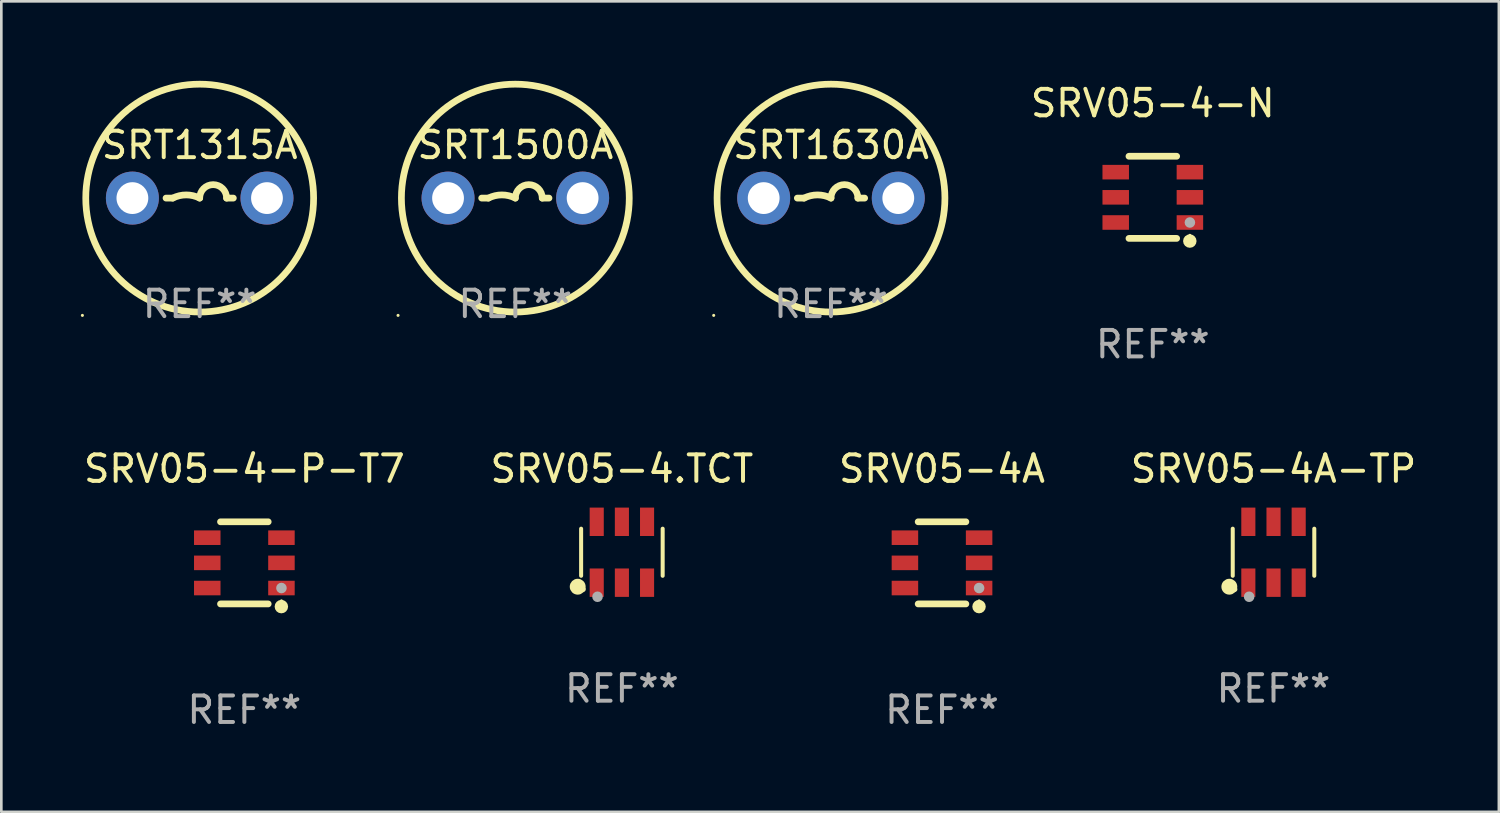
<source format=kicad_pcb>
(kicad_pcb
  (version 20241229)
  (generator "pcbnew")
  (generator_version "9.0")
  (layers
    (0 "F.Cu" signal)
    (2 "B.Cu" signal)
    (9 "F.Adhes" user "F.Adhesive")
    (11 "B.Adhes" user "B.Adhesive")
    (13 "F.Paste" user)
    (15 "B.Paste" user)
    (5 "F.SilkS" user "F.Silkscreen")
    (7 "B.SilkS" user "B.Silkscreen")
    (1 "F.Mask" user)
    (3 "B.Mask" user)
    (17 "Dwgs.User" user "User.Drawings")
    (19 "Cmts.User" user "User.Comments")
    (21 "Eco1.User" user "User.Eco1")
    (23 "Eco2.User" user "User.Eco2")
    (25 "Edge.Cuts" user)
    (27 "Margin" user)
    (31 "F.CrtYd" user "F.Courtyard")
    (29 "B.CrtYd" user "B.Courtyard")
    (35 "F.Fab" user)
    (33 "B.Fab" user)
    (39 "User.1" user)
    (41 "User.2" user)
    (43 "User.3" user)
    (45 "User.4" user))
  (footprint "SRT1630A"
    (layer "F.Cu")
    (at 28.315 4.427)
    (property "Reference" "SRT1630A" (at 0 -2 0) (layer "F.SilkS") (effects (font (size 1 1) (thickness 0.15))))
    (attr through_hole)
    (fp_line (start -1.016 0) (end -1.27 0) (stroke (width 0.254) (type solid)) (layer "F.SilkS"))
    (fp_line (start 1.016 0) (end 1.27 0) (stroke (width 0.254) (type solid)) (layer "F.SilkS"))
    (fp_arc (start -1.016002 0) (mid -0.508001 -0.119923) (end 0 0) (stroke (width 0.254001) (type solid)) (layer "F.SilkS"))
    (fp_arc (start 0 0) (mid 0.508001 -0.508001) (end 1.016002 0) (stroke (width 0.254001) (type solid)) (layer "F.SilkS"))
    (fp_circle (center -4.427 4.427) (end -4.397 4.427) (stroke (width 0.06) (type solid)) (fill no) (layer "F.SilkS"))
    (fp_circle (center 0 0) (end 4.3 0) (stroke (width 0.254) (type solid)) (fill no) (layer "F.SilkS"))
    (fp_text user "REF**" (at 0 4 0) (layer "F.Fab") (effects (font (size 1 1) (thickness 0.15))))
    (pad "1" thru_hole circle (at -2.54 0) (size 2 2) (drill 1.2) (layers "*.Cu" "*.Mask"))
    (pad "2" thru_hole circle (at 2.54 0) (size 2 2) (drill 1.2) (layers "*.Cu" "*.Mask")))
  (footprint "SRV05-4-N"
    (layer "F.Cu")
    (at 40.462 4.398)
    (property "Reference" "SRV05-4-N" (at 0 -3.55 0) (layer "F.SilkS") (effects (font (size 1 1) (thickness 0.15))))
    (attr through_hole)
    (fp_line (start -0.9 -1.55) (end 0.9 -1.55) (stroke (width 0.254) (type solid)) (layer "F.SilkS"))
    (fp_line (start -0.9 1.55) (end 0.9 1.55) (stroke (width 0.254) (type solid)) (layer "F.SilkS"))
    (fp_circle (center 1.397 1.651) (end 1.524 1.651) (stroke (width 0.254) (type solid)) (fill no) (layer "F.SilkS"))
    (fp_circle (center 1.4 1.435) (end 1.43 1.435) (stroke (width 0.06) (type solid)) (fill no) (layer "F.SilkS"))
    (fp_circle (center 1.4 0.95) (end 1.5 0.95) (stroke (width 0.2) (type solid)) (fill no) (layer "F.Fab"))
    (fp_text user "REF**" (at 0 5.55 0) (layer "F.Fab") (effects (font (size 1 1) (thickness 0.15))))
    (pad "1" smd rect (at 1.4 0.95) (size 1 0.55) (layers "F.Cu" "F.Mask" "F.Paste"))
    (pad "2" smd rect (at 1.4 -0.000102) (size 1 0.55) (layers "F.Cu" "F.Mask" "F.Paste"))
    (pad "3" smd rect (at 1.4 -0.95) (size 1 0.55) (layers "F.Cu" "F.Mask" "F.Paste"))
    (pad "4" smd rect (at -1.4 -0.95) (size 1 0.55) (layers "F.Cu" "F.Mask" "F.Paste"))
    (pad "5" smd rect (at -1.4 -0.000102) (size 1 0.55) (layers "F.Cu" "F.Mask" "F.Paste"))
    (pad "6" smd rect (at -1.4 0.95) (size 1 0.55) (layers "F.Cu" "F.Mask" "F.Paste")))
  (footprint "SRV05-4A-TP"
    (layer "F.Cu")
    (at 45.018 17.794)
    (property "Reference" "SRV05-4A-TP" (at 0 -3.149 0) (layer "F.SilkS") (effects (font (size 1 1) (thickness 0.15))))
    (attr through_hole)
    (fp_line (start -1.539 0.889) (end -1.539 -0.889) (stroke (width 0.152) (type solid)) (layer "F.SilkS"))
    (fp_line (start 1.539 0.889) (end 1.539 -0.889) (stroke (width 0.152) (type solid)) (layer "F.SilkS"))
    (fp_circle (center -1.668 1.301) (end -1.518 1.301) (stroke (width 0.3) (type solid)) (fill no) (layer "F.SilkS"))
    (fp_circle (center -1.463 1.4) (end -1.413 1.4) (stroke (width 0.1) (type solid)) (fill no) (layer "F.SilkS"))
    (fp_circle (center -0.92 1.68) (end -0.82 1.68) (stroke (width 0.2) (type solid)) (fill no) (layer "F.Fab"))
    (fp_text user "REF**" (at 0 5.149 0) (layer "F.Fab") (effects (font (size 1 1) (thickness 0.15))))
    (pad "1" smd rect (at -0.95 1.149) (size 0.532 1.072) (layers "F.Cu" "F.Mask" "F.Paste"))
    (pad "2" smd rect (at 0 1.149) (size 0.532 1.072) (layers "F.Cu" "F.Mask" "F.Paste"))
    (pad "3" smd rect (at 0.95 1.149) (size 0.532 1.072) (layers "F.Cu" "F.Mask" "F.Paste"))
    (pad "4" smd rect (at 0.95 -1.149) (size 0.532 1.072) (layers "F.Cu" "F.Mask" "F.Paste"))
    (pad "5" smd rect (at 0 -1.149) (size 0.532 1.072) (layers "F.Cu" "F.Mask" "F.Paste"))
    (pad "6" smd rect (at -0.95 -1.149) (size 0.532 1.072) (layers "F.Cu" "F.Mask" "F.Paste")))
  (footprint "SRT1315A"
    (layer "F.Cu")
    (at 4.487 4.427)
    (property "Reference" "SRT1315A" (at 0 -2 0) (layer "F.SilkS") (effects (font (size 1 1) (thickness 0.15))))
    (attr through_hole)
    (fp_line (start -1.016 0) (end -1.27 0) (stroke (width 0.254) (type solid)) (layer "F.SilkS"))
    (fp_line (start 1.016 0) (end 1.27 0) (stroke (width 0.254) (type solid)) (layer "F.SilkS"))
    (fp_arc (start -1.016002 0) (mid -0.508001 -0.119923) (end 0 0) (stroke (width 0.254001) (type solid)) (layer "F.SilkS"))
    (fp_arc (start 0 0) (mid 0.508001 -0.508001) (end 1.016002 0) (stroke (width 0.254001) (type solid)) (layer "F.SilkS"))
    (fp_circle (center -4.427 4.427) (end -4.397 4.427) (stroke (width 0.06) (type solid)) (fill no) (layer "F.SilkS"))
    (fp_circle (center 0 0) (end 4.3 0) (stroke (width 0.254) (type solid)) (fill no) (layer "F.SilkS"))
    (fp_text user "REF**" (at 0 4 0) (layer "F.Fab") (effects (font (size 1 1) (thickness 0.15))))
    (pad "1" thru_hole circle (at -2.54 0) (size 2 2) (drill 1.2) (layers "*.Cu" "*.Mask"))
    (pad "2" thru_hole circle (at 2.54 0) (size 2 2) (drill 1.2) (layers "*.Cu" "*.Mask")))
  (footprint "SRV05-4A"
    (layer "F.Cu")
    (at 32.506 18.195)
    (property "Reference" "SRV05-4A" (at 0 -3.55 0) (layer "F.SilkS") (effects (font (size 1 1) (thickness 0.15))))
    (attr through_hole)
    (fp_line (start -0.9 -1.55) (end 0.9 -1.55) (stroke (width 0.254) (type solid)) (layer "F.SilkS"))
    (fp_line (start -0.9 1.55) (end 0.9 1.55) (stroke (width 0.254) (type solid)) (layer "F.SilkS"))
    (fp_circle (center 1.397 1.651) (end 1.524 1.651) (stroke (width 0.254) (type solid)) (fill no) (layer "F.SilkS"))
    (fp_circle (center 1.4 1.435) (end 1.43 1.435) (stroke (width 0.06) (type solid)) (fill no) (layer "F.SilkS"))
    (fp_circle (center 1.4 0.95) (end 1.5 0.95) (stroke (width 0.2) (type solid)) (fill no) (layer "F.Fab"))
    (fp_text user "REF**" (at 0 5.55 0) (layer "F.Fab") (effects (font (size 1 1) (thickness 0.15))))
    (pad "1" smd rect (at 1.4 0.95) (size 1 0.55) (layers "F.Cu" "F.Mask" "F.Paste"))
    (pad "2" smd rect (at 1.4 -0.000102) (size 1 0.55) (layers "F.Cu" "F.Mask" "F.Paste"))
    (pad "3" smd rect (at 1.4 -0.95) (size 1 0.55) (layers "F.Cu" "F.Mask" "F.Paste"))
    (pad "4" smd rect (at -1.4 -0.95) (size 1 0.55) (layers "F.Cu" "F.Mask" "F.Paste"))
    (pad "5" smd rect (at -1.4 -0.000102) (size 1 0.55) (layers "F.Cu" "F.Mask" "F.Paste"))
    (pad "6" smd rect (at -1.4 0.95) (size 1 0.55) (layers "F.Cu" "F.Mask" "F.Paste")))
  (footprint "SRV05-4-P-T7"
    (layer "F.Cu")
    (at 6.173 18.195)
    (property "Reference" "SRV05-4-P-T7" (at 0 -3.55 0) (layer "F.SilkS") (effects (font (size 1 1) (thickness 0.15))))
    (attr through_hole)
    (fp_line (start -0.9 -1.55) (end 0.9 -1.55) (stroke (width 0.254) (type solid)) (layer "F.SilkS"))
    (fp_line (start -0.9 1.55) (end 0.9 1.55) (stroke (width 0.254) (type solid)) (layer "F.SilkS"))
    (fp_circle (center 1.397 1.651) (end 1.524 1.651) (stroke (width 0.254) (type solid)) (fill no) (layer "F.SilkS"))
    (fp_circle (center 1.4 1.435) (end 1.43 1.435) (stroke (width 0.06) (type solid)) (fill no) (layer "F.SilkS"))
    (fp_circle (center 1.4 0.95) (end 1.5 0.95) (stroke (width 0.2) (type solid)) (fill no) (layer "F.Fab"))
    (fp_text user "REF**" (at 0 5.55 0) (layer "F.Fab") (effects (font (size 1 1) (thickness 0.15))))
    (pad "1" smd rect (at 1.4 0.95) (size 1 0.55) (layers "F.Cu" "F.Mask" "F.Paste"))
    (pad "2" smd rect (at 1.4 -0.000102) (size 1 0.55) (layers "F.Cu" "F.Mask" "F.Paste"))
    (pad "3" smd rect (at 1.4 -0.95) (size 1 0.55) (layers "F.Cu" "F.Mask" "F.Paste"))
    (pad "4" smd rect (at -1.4 -0.95) (size 1 0.55) (layers "F.Cu" "F.Mask" "F.Paste"))
    (pad "5" smd rect (at -1.4 -0.000102) (size 1 0.55) (layers "F.Cu" "F.Mask" "F.Paste"))
    (pad "6" smd rect (at -1.4 0.95) (size 1 0.55) (layers "F.Cu" "F.Mask" "F.Paste")))
  (footprint "SRT1500A"
    (layer "F.Cu")
    (at 16.401 4.427)
    (property "Reference" "SRT1500A" (at 0 -2 0) (layer "F.SilkS") (effects (font (size 1 1) (thickness 0.15))))
    (attr through_hole)
    (fp_line (start -1.016 0) (end -1.27 0) (stroke (width 0.254) (type solid)) (layer "F.SilkS"))
    (fp_line (start 1.016 0) (end 1.27 0) (stroke (width 0.254) (type solid)) (layer "F.SilkS"))
    (fp_arc (start -1.016002 0) (mid -0.508001 -0.119923) (end 0 0) (stroke (width 0.254001) (type solid)) (layer "F.SilkS"))
    (fp_arc (start 0 0) (mid 0.508001 -0.508001) (end 1.016002 0) (stroke (width 0.254001) (type solid)) (layer "F.SilkS"))
    (fp_circle (center -4.427 4.427) (end -4.397 4.427) (stroke (width 0.06) (type solid)) (fill no) (layer "F.SilkS"))
    (fp_circle (center 0 0) (end 4.3 0) (stroke (width 0.254) (type solid)) (fill no) (layer "F.SilkS"))
    (fp_text user "REF**" (at 0 4 0) (layer "F.Fab") (effects (font (size 1 1) (thickness 0.15))))
    (pad "1" thru_hole circle (at -2.54 0) (size 2 2) (drill 1.2) (layers "*.Cu" "*.Mask"))
    (pad "2" thru_hole circle (at 2.54 0) (size 2 2) (drill 1.2) (layers "*.Cu" "*.Mask")))
  (footprint "SRV05-4.TCT"
    (layer "F.Cu")
    (at 20.423 17.794)
    (property "Reference" "SRV05-4.TCT" (at 0 -3.149 0) (layer "F.SilkS") (effects (font (size 1 1) (thickness 0.15))))
    (attr through_hole)
    (fp_line (start -1.539 0.889) (end -1.539 -0.889) (stroke (width 0.152) (type solid)) (layer "F.SilkS"))
    (fp_line (start 1.539 0.889) (end 1.539 -0.889) (stroke (width 0.152) (type solid)) (layer "F.SilkS"))
    (fp_circle (center -1.668 1.301) (end -1.518 1.301) (stroke (width 0.3) (type solid)) (fill no) (layer "F.SilkS"))
    (fp_circle (center -1.463 1.4) (end -1.413 1.4) (stroke (width 0.1) (type solid)) (fill no) (layer "F.SilkS"))
    (fp_circle (center -0.92 1.68) (end -0.82 1.68) (stroke (width 0.2) (type solid)) (fill no) (layer "F.Fab"))
    (fp_text user "REF**" (at 0 5.149 0) (layer "F.Fab") (effects (font (size 1 1) (thickness 0.15))))
    (pad "1" smd rect (at -0.95 1.149) (size 0.532 1.072) (layers "F.Cu" "F.Mask" "F.Paste"))
    (pad "2" smd rect (at 0 1.149) (size 0.532 1.072) (layers "F.Cu" "F.Mask" "F.Paste"))
    (pad "3" smd rect (at 0.95 1.149) (size 0.532 1.072) (layers "F.Cu" "F.Mask" "F.Paste"))
    (pad "4" smd rect (at 0.95 -1.149) (size 0.532 1.072) (layers "F.Cu" "F.Mask" "F.Paste"))
    (pad "5" smd rect (at 0 -1.149) (size 0.532 1.072) (layers "F.Cu" "F.Mask" "F.Paste"))
    (pad "6" smd rect (at -0.95 -1.149) (size 0.532 1.072) (layers "F.Cu" "F.Mask" "F.Paste")))
  (gr_rect
    (start -3 -3)
    (end 53.524 27.593)
    (stroke (width 0.1) (type default))
    (fill no)
    (layer "Edge.Cuts")))
</source>
